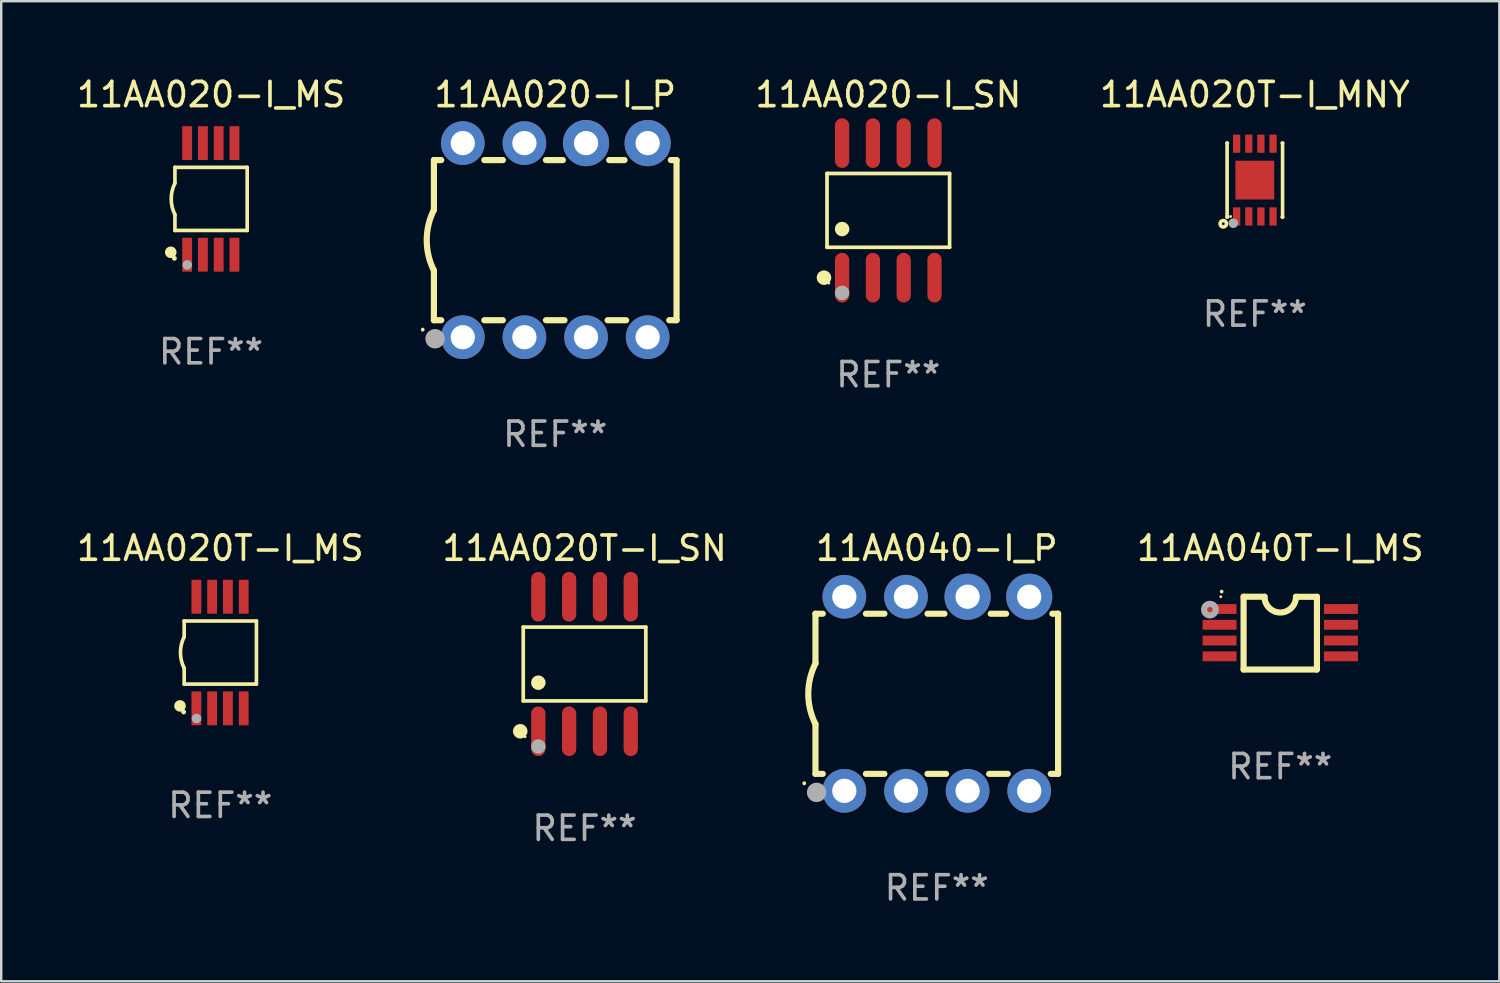
<source format=kicad_pcb>
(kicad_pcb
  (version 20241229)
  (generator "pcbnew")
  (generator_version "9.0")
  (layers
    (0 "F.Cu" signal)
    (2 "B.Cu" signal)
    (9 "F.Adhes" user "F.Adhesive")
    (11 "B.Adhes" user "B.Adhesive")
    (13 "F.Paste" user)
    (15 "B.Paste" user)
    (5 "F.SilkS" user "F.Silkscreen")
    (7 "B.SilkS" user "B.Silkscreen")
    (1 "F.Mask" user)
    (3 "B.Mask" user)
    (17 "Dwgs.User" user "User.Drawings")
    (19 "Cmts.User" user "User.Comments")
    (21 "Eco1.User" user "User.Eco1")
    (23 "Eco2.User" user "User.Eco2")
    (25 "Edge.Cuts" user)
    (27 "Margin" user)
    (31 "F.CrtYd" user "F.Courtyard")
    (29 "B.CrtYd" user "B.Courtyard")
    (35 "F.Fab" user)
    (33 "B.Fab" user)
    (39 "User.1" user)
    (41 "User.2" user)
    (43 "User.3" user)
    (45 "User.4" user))
  (footprint "11AA020-I_P"
    (layer "F.Cu")
    (at 19.834 6.848)
    (property "Reference" "11AA020-I_P" (at 0 -6 0) (layer "F.SilkS") (effects (font (size 1 1) (thickness 0.15))))
    (attr through_hole)
    (fp_line (start -5 -3.3) (end -5 -1.25) (stroke (width 0.254) (type solid)) (layer "F.SilkS"))
    (fp_line (start -5 -3.3) (end -4.698 -3.3) (stroke (width 0.254) (type solid)) (layer "F.SilkS"))
    (fp_line (start -5 3.3) (end -5 1.25) (stroke (width 0.254) (type solid)) (layer "F.SilkS"))
    (fp_line (start -5 3.3) (end -4.698 3.3) (stroke (width 0.254) (type solid)) (layer "F.SilkS"))
    (fp_line (start -2.922 -3.3) (end -2.158 -3.3) (stroke (width 0.254) (type solid)) (layer "F.SilkS"))
    (fp_line (start -2.922 3.3) (end -2.158 3.3) (stroke (width 0.254) (type solid)) (layer "F.SilkS"))
    (fp_line (start -0.382 -3.3) (end 0.316 -3.3) (stroke (width 0.254) (type solid)) (layer "F.SilkS"))
    (fp_line (start -0.382 3.3) (end 0.382 3.3) (stroke (width 0.254) (type solid)) (layer "F.SilkS"))
    (fp_line (start 2.158 3.3) (end 2.922 3.3) (stroke (width 0.254) (type solid)) (layer "F.SilkS"))
    (fp_line (start 2.224 -3.3) (end 2.856 -3.3) (stroke (width 0.254) (type solid)) (layer "F.SilkS"))
    (fp_line (start 4.698 3.3) (end 5 3.3) (stroke (width 0.254) (type solid)) (layer "F.SilkS"))
    (fp_line (start 4.764 -3.3) (end 5 -3.3) (stroke (width 0.254) (type solid)) (layer "F.SilkS"))
    (fp_line (start 5 -3.3) (end 5 3.3) (stroke (width 0.254) (type solid)) (layer "F.SilkS"))
    (fp_arc (start -5.46124 3.694259) (mid -5.461175 3.688632) (end -5.460986 3.683007) (stroke (width 0.149987) (type solid)) (layer "F.SilkS"))
    (fp_arc (start -5.00127 1.249682) (mid -5.295892 -0.000313) (end -5.000025 -1.250013) (stroke (width 0.254001) (type solid)) (layer "F.SilkS"))
    (fp_circle (center -4.795 4.237) (end -4.765 4.237) (stroke (width 0.06) (type solid)) (fill no) (layer "F.SilkS"))
    (fp_circle (center -4.953 4.064) (end -4.753 4.064) (stroke (width 0.4) (type solid)) (fill no) (layer "F.Fab"))
    (fp_text user "REF**" (at 0 8 0) (layer "F.Fab") (effects (font (size 1 1) (thickness 0.15))))
    (pad "1" thru_hole circle (at -3.81 4) (size 1.8 1.8) (drill 1) (layers "*.Cu" "*.Mask"))
    (pad "2" thru_hole circle (at -1.27 4) (size 1.8 1.8) (drill 1) (layers "*.Cu" "*.Mask"))
    (pad "3" thru_hole circle (at 1.27 4) (size 1.8 1.8) (drill 1) (layers "*.Cu" "*.Mask"))
    (pad "4" thru_hole circle (at 3.81 4) (size 1.8 1.8) (drill 1) (layers "*.Cu" "*.Mask"))
    (pad "5" thru_hole circle (at 3.81 -4) (size 1.905 1.905) (drill 1) (layers "*.Cu" "*.Mask"))
    (pad "6" thru_hole circle (at 1.27 -4) (size 1.905 1.905) (drill 1) (layers "*.Cu" "*.Mask"))
    (pad "7" thru_hole circle (at -1.27 -4) (size 1.8 1.8) (drill 1) (layers "*.Cu" "*.Mask"))
    (pad "8" thru_hole circle (at -3.81 -4) (size 1.8 1.8) (drill 1) (layers "*.Cu" "*.Mask")))
  (footprint "11AA040T-I_MS"
    (layer "F.Cu")
    (at 49.717 23.046)
    (property "Reference" "11AA040T-I_MS" (at 0 -3.501 0) (layer "F.SilkS") (effects (font (size 1 1) (thickness 0.15))))
    (attr through_hole)
    (fp_line (start -1.511 -1.501) (end -1.511 1.499) (stroke (width 0.254) (type solid)) (layer "F.SilkS"))
    (fp_line (start -1.511 -1.501) (end -0.648 -1.501) (stroke (width 0.254) (type solid)) (layer "F.SilkS"))
    (fp_line (start -1.511 1.499) (end 1.489 1.499) (stroke (width 0.254) (type solid)) (layer "F.SilkS"))
    (fp_line (start 0.648 -1.499) (end 1.511 -1.499) (stroke (width 0.254) (type solid)) (layer "F.SilkS"))
    (fp_line (start 1.511 -1.499) (end 1.511 1.501) (stroke (width 0.254) (type solid)) (layer "F.SilkS"))
    (fp_arc (start -2.41491 -1.713233) (mid -2.414916 -1.714503) (end -2.41491 -1.715773) (stroke (width 0.150013) (type solid)) (layer "F.SilkS"))
    (fp_arc (start 0.647803 -1.498603) (mid 0.000102 -0.850902) (end -0.647599 -1.498603) (stroke (width 0.254001) (type solid)) (layer "F.SilkS"))
    (fp_circle (center -2.45 -1.501) (end -2.42 -1.501) (stroke (width 0.06) (type solid)) (fill no) (layer "F.SilkS"))
    (fp_circle (center -2.9 -0.97) (end -2.788 -0.97) (stroke (width 0.254) (type solid)) (fill no) (layer "F.Fab"))
    (fp_text user "REF**" (at 0 5.501 0) (layer "F.Fab") (effects (font (size 1 1) (thickness 0.15))))
    (pad "1" smd rect (at -2.502 -0.995) (size 1.397 0.406) (layers "F.Cu" "F.Mask" "F.Paste"))
    (pad "2" smd rect (at -2.502 -0.345) (size 1.397 0.406) (layers "F.Cu" "F.Mask" "F.Paste"))
    (pad "3" smd rect (at -2.502 0.305) (size 1.397 0.406) (layers "F.Cu" "F.Mask" "F.Paste"))
    (pad "4" smd rect (at -2.502 0.955) (size 1.397 0.406) (layers "F.Cu" "F.Mask" "F.Paste"))
    (pad "5" smd rect (at 2.502 0.955) (size 1.397 0.406) (layers "F.Cu" "F.Mask" "F.Paste"))
    (pad "6" smd rect (at 2.502 0.305) (size 1.397 0.406) (layers "F.Cu" "F.Mask" "F.Paste"))
    (pad "7" smd rect (at 2.502 -0.345) (size 1.397 0.406) (layers "F.Cu" "F.Mask" "F.Paste"))
    (pad "8" smd rect (at 2.502 -0.995) (size 1.397 0.406) (layers "F.Cu" "F.Mask" "F.Paste")))
  (footprint "11AA020-I_MS"
    (layer "F.Cu")
    (at 5.649 5.148)
    (property "Reference" "11AA020-I_MS" (at 0 -4.3 0) (layer "F.SilkS") (effects (font (size 1 1) (thickness 0.15))))
    (attr through_hole)
    (fp_line (start -1.489 -1.3) (end -1.489 -0.648) (stroke (width 0.15) (type solid)) (layer "F.SilkS"))
    (fp_line (start -1.489 0.648) (end -1.489 1.3) (stroke (width 0.15) (type solid)) (layer "F.SilkS"))
    (fp_line (start -1.489 1.3) (end 1.489 1.3) (stroke (width 0.15) (type solid)) (layer "F.SilkS"))
    (fp_line (start 1.489 -1.3) (end -1.489 -1.3) (stroke (width 0.15) (type solid)) (layer "F.SilkS"))
    (fp_line (start 1.489 1.3) (end 1.489 -1.3) (stroke (width 0.15) (type solid)) (layer "F.SilkS"))
    (fp_arc (start -1.489205 0.647702) (mid -1.642107 0) (end -1.489205 -0.647701) (stroke (width 0.150013) (type solid)) (layer "F.SilkS"))
    (fp_circle (center -1.661 2.2) (end -1.541 2.2) (stroke (width 0.24) (type solid)) (fill no) (layer "F.SilkS"))
    (fp_circle (center -1.511 2.45) (end -1.461 2.45) (stroke (width 0.1) (type solid)) (fill no) (layer "F.SilkS"))
    (fp_circle (center -0.981 2.72) (end -0.881 2.72) (stroke (width 0.2) (type solid)) (fill no) (layer "F.Fab"))
    (fp_text user "REF**" (at 0 6.3 0) (layer "F.Fab") (effects (font (size 1 1) (thickness 0.15))))
    (pad "1" smd rect (at -0.986 2.3) (size 0.406 1.397) (layers "F.Cu" "F.Mask" "F.Paste"))
    (pad "2" smd rect (at -0.336 2.3) (size 0.406 1.397) (layers "F.Cu" "F.Mask" "F.Paste"))
    (pad "3" smd rect (at 0.314 2.3) (size 0.406 1.397) (layers "F.Cu" "F.Mask" "F.Paste"))
    (pad "4" smd rect (at 0.964 2.3) (size 0.406 1.397) (layers "F.Cu" "F.Mask" "F.Paste"))
    (pad "5" smd rect (at 0.964 -2.3) (size 0.406 1.397) (layers "F.Cu" "F.Mask" "F.Paste"))
    (pad "6" smd rect (at 0.314 -2.3) (size 0.406 1.397) (layers "F.Cu" "F.Mask" "F.Paste"))
    (pad "7" smd rect (at -0.336 -2.3) (size 0.406 1.397) (layers "F.Cu" "F.Mask" "F.Paste"))
    (pad "8" smd rect (at -0.986 -2.3) (size 0.406 1.397) (layers "F.Cu" "F.Mask" "F.Paste")))
  (footprint "11AA020-I_SN"
    (layer "F.Cu")
    (at 33.562 5.621)
    (property "Reference" "11AA020-I_SN" (at 0 -4.772 0) (layer "F.SilkS") (effects (font (size 1 1) (thickness 0.15))))
    (attr through_hole)
    (fp_line (start -2.526 -1.521) (end 2.526 -1.521) (stroke (width 0.152) (type solid)) (layer "F.SilkS"))
    (fp_line (start -2.526 1.521) (end -2.526 -1.521) (stroke (width 0.152) (type solid)) (layer "F.SilkS"))
    (fp_line (start 2.526 -1.521) (end 2.526 1.521) (stroke (width 0.152) (type solid)) (layer "F.SilkS"))
    (fp_line (start 2.526 1.521) (end -2.526 1.521) (stroke (width 0.152) (type solid)) (layer "F.SilkS"))
    (fp_circle (center -2.652 2.772) (end -2.501 2.772) (stroke (width 0.3) (type solid)) (fill no) (layer "F.SilkS"))
    (fp_circle (center -2.45 3) (end -2.42 3) (stroke (width 0.06) (type solid)) (fill no) (layer "F.SilkS"))
    (fp_circle (center -1.905 0.769) (end -1.755 0.769) (stroke (width 0.3) (type solid)) (fill no) (layer "F.SilkS"))
    (fp_circle (center -1.905 3.4) (end -1.755 3.4) (stroke (width 0.3) (type solid)) (fill no) (layer "F.Fab"))
    (fp_text user "REF**" (at 0 6.772 0) (layer "F.Fab") (effects (font (size 1 1) (thickness 0.15))))
    (pad "1" smd oval (at -1.905 2.772) (size 0.588 2.045) (layers "F.Cu" "F.Mask" "F.Paste"))
    (pad "2" smd oval (at -0.635 2.772) (size 0.588 2.045) (layers "F.Cu" "F.Mask" "F.Paste"))
    (pad "3" smd oval (at 0.635 2.772) (size 0.588 2.045) (layers "F.Cu" "F.Mask" "F.Paste"))
    (pad "4" smd oval (at 1.905 2.772) (size 0.588 2.045) (layers "F.Cu" "F.Mask" "F.Paste"))
    (pad "5" smd oval (at 1.905 -2.772) (size 0.588 2.045) (layers "F.Cu" "F.Mask" "F.Paste"))
    (pad "6" smd oval (at 0.635 -2.772) (size 0.588 2.045) (layers "F.Cu" "F.Mask" "F.Paste"))
    (pad "7" smd oval (at -0.635 -2.772) (size 0.588 2.045) (layers "F.Cu" "F.Mask" "F.Paste"))
    (pad "8" smd oval (at -1.905 -2.772) (size 0.588 2.045) (layers "F.Cu" "F.Mask" "F.Paste")))
  (footprint "11AA020T-I_MS"
    (layer "F.Cu")
    (at 6.03 23.845)
    (property "Reference" "11AA020T-I_MS" (at 0 -4.3 0) (layer "F.SilkS") (effects (font (size 1 1) (thickness 0.15))))
    (attr through_hole)
    (fp_line (start -1.489 -1.3) (end -1.489 -0.648) (stroke (width 0.15) (type solid)) (layer "F.SilkS"))
    (fp_line (start -1.489 0.648) (end -1.489 1.3) (stroke (width 0.15) (type solid)) (layer "F.SilkS"))
    (fp_line (start -1.489 1.3) (end 1.489 1.3) (stroke (width 0.15) (type solid)) (layer "F.SilkS"))
    (fp_line (start 1.489 -1.3) (end -1.489 -1.3) (stroke (width 0.15) (type solid)) (layer "F.SilkS"))
    (fp_line (start 1.489 1.3) (end 1.489 -1.3) (stroke (width 0.15) (type solid)) (layer "F.SilkS"))
    (fp_arc (start -1.489205 0.647702) (mid -1.642107 0) (end -1.489205 -0.647701) (stroke (width 0.150013) (type solid)) (layer "F.SilkS"))
    (fp_circle (center -1.661 2.2) (end -1.541 2.2) (stroke (width 0.24) (type solid)) (fill no) (layer "F.SilkS"))
    (fp_circle (center -1.511 2.45) (end -1.461 2.45) (stroke (width 0.1) (type solid)) (fill no) (layer "F.SilkS"))
    (fp_circle (center -0.981 2.72) (end -0.881 2.72) (stroke (width 0.2) (type solid)) (fill no) (layer "F.Fab"))
    (fp_text user "REF**" (at 0 6.3 0) (layer "F.Fab") (effects (font (size 1 1) (thickness 0.15))))
    (pad "1" smd rect (at -0.986 2.3) (size 0.406 1.397) (layers "F.Cu" "F.Mask" "F.Paste"))
    (pad "2" smd rect (at -0.336 2.3) (size 0.406 1.397) (layers "F.Cu" "F.Mask" "F.Paste"))
    (pad "3" smd rect (at 0.314 2.3) (size 0.406 1.397) (layers "F.Cu" "F.Mask" "F.Paste"))
    (pad "4" smd rect (at 0.964 2.3) (size 0.406 1.397) (layers "F.Cu" "F.Mask" "F.Paste"))
    (pad "5" smd rect (at 0.964 -2.3) (size 0.406 1.397) (layers "F.Cu" "F.Mask" "F.Paste"))
    (pad "6" smd rect (at 0.314 -2.3) (size 0.406 1.397) (layers "F.Cu" "F.Mask" "F.Paste"))
    (pad "7" smd rect (at -0.336 -2.3) (size 0.406 1.397) (layers "F.Cu" "F.Mask" "F.Paste"))
    (pad "8" smd rect (at -0.986 -2.3) (size 0.406 1.397) (layers "F.Cu" "F.Mask" "F.Paste")))
  (footprint "11AA020T-I_SN"
    (layer "F.Cu")
    (at 21.042 24.317)
    (property "Reference" "11AA020T-I_SN" (at 0 -4.772 0) (layer "F.SilkS") (effects (font (size 1 1) (thickness 0.15))))
    (attr through_hole)
    (fp_line (start -2.526 -1.521) (end 2.526 -1.521) (stroke (width 0.152) (type solid)) (layer "F.SilkS"))
    (fp_line (start -2.526 1.521) (end -2.526 -1.521) (stroke (width 0.152) (type solid)) (layer "F.SilkS"))
    (fp_line (start 2.526 -1.521) (end 2.526 1.521) (stroke (width 0.152) (type solid)) (layer "F.SilkS"))
    (fp_line (start 2.526 1.521) (end -2.526 1.521) (stroke (width 0.152) (type solid)) (layer "F.SilkS"))
    (fp_circle (center -2.652 2.772) (end -2.501 2.772) (stroke (width 0.3) (type solid)) (fill no) (layer "F.SilkS"))
    (fp_circle (center -2.45 3) (end -2.42 3) (stroke (width 0.06) (type solid)) (fill no) (layer "F.SilkS"))
    (fp_circle (center -1.905 0.769) (end -1.755 0.769) (stroke (width 0.3) (type solid)) (fill no) (layer "F.SilkS"))
    (fp_circle (center -1.905 3.4) (end -1.755 3.4) (stroke (width 0.3) (type solid)) (fill no) (layer "F.Fab"))
    (fp_text user "REF**" (at 0 6.772 0) (layer "F.Fab") (effects (font (size 1 1) (thickness 0.15))))
    (pad "1" smd oval (at -1.905 2.772) (size 0.588 2.045) (layers "F.Cu" "F.Mask" "F.Paste"))
    (pad "2" smd oval (at -0.635 2.772) (size 0.588 2.045) (layers "F.Cu" "F.Mask" "F.Paste"))
    (pad "3" smd oval (at 0.635 2.772) (size 0.588 2.045) (layers "F.Cu" "F.Mask" "F.Paste"))
    (pad "4" smd oval (at 1.905 2.772) (size 0.588 2.045) (layers "F.Cu" "F.Mask" "F.Paste"))
    (pad "5" smd oval (at 1.905 -2.772) (size 0.588 2.045) (layers "F.Cu" "F.Mask" "F.Paste"))
    (pad "6" smd oval (at 0.635 -2.772) (size 0.588 2.045) (layers "F.Cu" "F.Mask" "F.Paste"))
    (pad "7" smd oval (at -0.635 -2.772) (size 0.588 2.045) (layers "F.Cu" "F.Mask" "F.Paste"))
    (pad "8" smd oval (at -1.905 -2.772) (size 0.588 2.045) (layers "F.Cu" "F.Mask" "F.Paste")))
  (footprint "11AA040-I_P"
    (layer "F.Cu")
    (at 35.56 25.545)
    (property "Reference" "11AA040-I_P" (at 0 -6 0) (layer "F.SilkS") (effects (font (size 1 1) (thickness 0.15))))
    (attr through_hole)
    (fp_line (start -5 -3.3) (end -5 -1.25) (stroke (width 0.254) (type solid)) (layer "F.SilkS"))
    (fp_line (start -5 -3.3) (end -4.698 -3.3) (stroke (width 0.254) (type solid)) (layer "F.SilkS"))
    (fp_line (start -5 3.3) (end -5 1.25) (stroke (width 0.254) (type solid)) (layer "F.SilkS"))
    (fp_line (start -5 3.3) (end -4.698 3.3) (stroke (width 0.254) (type solid)) (layer "F.SilkS"))
    (fp_line (start -2.922 -3.3) (end -2.158 -3.3) (stroke (width 0.254) (type solid)) (layer "F.SilkS"))
    (fp_line (start -2.922 3.3) (end -2.158 3.3) (stroke (width 0.254) (type solid)) (layer "F.SilkS"))
    (fp_line (start -0.382 -3.3) (end 0.316 -3.3) (stroke (width 0.254) (type solid)) (layer "F.SilkS"))
    (fp_line (start -0.382 3.3) (end 0.382 3.3) (stroke (width 0.254) (type solid)) (layer "F.SilkS"))
    (fp_line (start 2.158 3.3) (end 2.922 3.3) (stroke (width 0.254) (type solid)) (layer "F.SilkS"))
    (fp_line (start 2.224 -3.3) (end 2.856 -3.3) (stroke (width 0.254) (type solid)) (layer "F.SilkS"))
    (fp_line (start 4.698 3.3) (end 5 3.3) (stroke (width 0.254) (type solid)) (layer "F.SilkS"))
    (fp_line (start 4.764 -3.3) (end 5 -3.3) (stroke (width 0.254) (type solid)) (layer "F.SilkS"))
    (fp_line (start 5 -3.3) (end 5 3.3) (stroke (width 0.254) (type solid)) (layer "F.SilkS"))
    (fp_arc (start -5.46124 3.694259) (mid -5.461175 3.688632) (end -5.460986 3.683007) (stroke (width 0.149987) (type solid)) (layer "F.SilkS"))
    (fp_arc (start -5.00127 1.249682) (mid -5.295892 -0.000313) (end -5.000025 -1.250013) (stroke (width 0.254001) (type solid)) (layer "F.SilkS"))
    (fp_circle (center -4.795 4.237) (end -4.765 4.237) (stroke (width 0.06) (type solid)) (fill no) (layer "F.SilkS"))
    (fp_circle (center -4.953 4.064) (end -4.753 4.064) (stroke (width 0.4) (type solid)) (fill no) (layer "F.Fab"))
    (fp_text user "REF**" (at 0 8 0) (layer "F.Fab") (effects (font (size 1 1) (thickness 0.15))))
    (pad "1" thru_hole circle (at -3.81 4) (size 1.8 1.8) (drill 1) (layers "*.Cu" "*.Mask"))
    (pad "2" thru_hole circle (at -1.27 4) (size 1.8 1.8) (drill 1) (layers "*.Cu" "*.Mask"))
    (pad "3" thru_hole circle (at 1.27 4) (size 1.8 1.8) (drill 1) (layers "*.Cu" "*.Mask"))
    (pad "4" thru_hole circle (at 3.81 4) (size 1.8 1.8) (drill 1) (layers "*.Cu" "*.Mask"))
    (pad "5" thru_hole circle (at 3.81 -4) (size 1.905 1.905) (drill 1) (layers "*.Cu" "*.Mask"))
    (pad "6" thru_hole circle (at 1.27 -4) (size 1.905 1.905) (drill 1) (layers "*.Cu" "*.Mask"))
    (pad "7" thru_hole circle (at -1.27 -4) (size 1.8 1.8) (drill 1) (layers "*.Cu" "*.Mask"))
    (pad "8" thru_hole circle (at -3.81 -4) (size 1.8 1.8) (drill 1) (layers "*.Cu" "*.Mask")))
  (footprint "11AA020T-I_MNY"
    (layer "F.Cu")
    (at 48.669 4.372)
    (property "Reference" "11AA020T-I_MNY" (at 0 -3.524 0) (layer "F.SilkS") (effects (font (size 1 1) (thickness 0.15))))
    (attr through_hole)
    (fp_line (start -1.143 -1.524) (end -1.143 1.524) (stroke (width 0.15) (type solid)) (layer "F.SilkS"))
    (fp_line (start -1.143 1.524) (end -1.129 1.524) (stroke (width 0.15) (type solid)) (layer "F.SilkS"))
    (fp_line (start -1.129 -1.524) (end -1.143 -1.524) (stroke (width 0.15) (type solid)) (layer "F.SilkS"))
    (fp_line (start 1.129 1.524) (end 1.143 1.524) (stroke (width 0.15) (type solid)) (layer "F.SilkS"))
    (fp_line (start 1.143 -1.524) (end 1.129 -1.524) (stroke (width 0.15) (type solid)) (layer "F.SilkS"))
    (fp_line (start 1.143 1.524) (end 1.143 -1.524) (stroke (width 0.15) (type solid)) (layer "F.SilkS"))
    (fp_circle (center -1.3 1.8) (end -1.243 1.8) (stroke (width 0.15) (type solid)) (fill no) (layer "F.SilkS"))
    (fp_circle (center -1 1.5) (end -0.97 1.5) (stroke (width 0.06) (type solid)) (fill no) (layer "F.SilkS"))
    (fp_circle (center -0.889 1.778) (end -0.789 1.778) (stroke (width 0.2) (type solid)) (fill no) (layer "F.Fab"))
    (fp_text user "REF**" (at 0 5.524 0) (layer "F.Fab") (effects (font (size 1 1) (thickness 0.15))))
    (pad "1" smd rect (at -0.75 1.5 90) (size 0.75 0.3) (layers "F.Cu" "F.Mask" "F.Paste"))
    (pad "2" smd rect (at -0.25 1.5 90) (size 0.75 0.3) (layers "F.Cu" "F.Mask" "F.Paste"))
    (pad "3" smd rect (at 0.25 1.5 90) (size 0.75 0.3) (layers "F.Cu" "F.Mask" "F.Paste"))
    (pad "4" smd rect (at 0.75 1.5 90) (size 0.75 0.3) (layers "F.Cu" "F.Mask" "F.Paste"))
    (pad "5" smd rect (at 0.75 -1.5 90) (size 0.75 0.3) (layers "F.Cu" "F.Mask" "F.Paste"))
    (pad "6" smd rect (at 0.25 -1.5 90) (size 0.75 0.3) (layers "F.Cu" "F.Mask" "F.Paste"))
    (pad "7" smd rect (at -0.25 -1.5 90) (size 0.75 0.3) (layers "F.Cu" "F.Mask" "F.Paste"))
    (pad "8" smd rect (at -0.75 -1.5 90) (size 0.75 0.3) (layers "F.Cu" "F.Mask" "F.Paste"))
    (pad "9" smd rect (at -0.000203 0.000457 90) (size 1.6 1.6) (layers "F.Cu" "F.Mask" "F.Paste")))
  (gr_rect
    (start -3 -3)
    (end 58.747 37.393)
    (stroke (width 0.1) (type default))
    (fill no)
    (layer "Edge.Cuts")))
</source>
